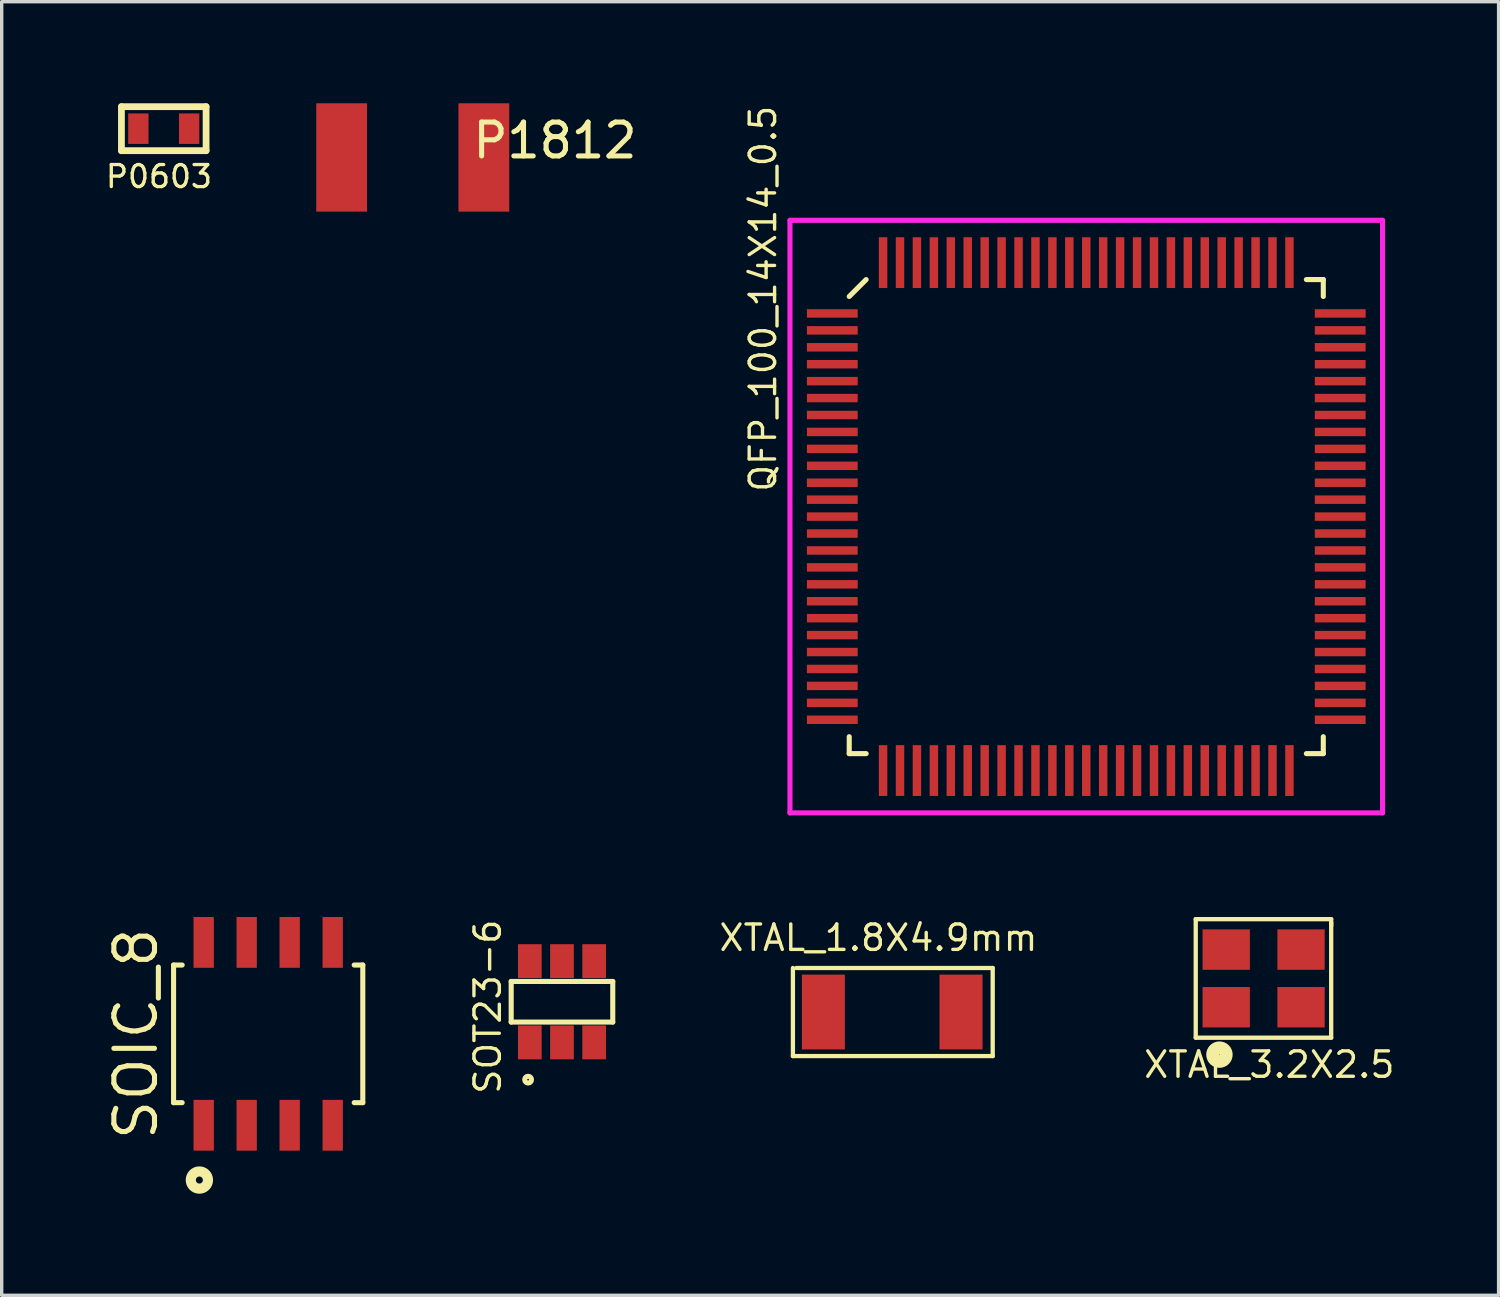
<source format=kicad_pcb>
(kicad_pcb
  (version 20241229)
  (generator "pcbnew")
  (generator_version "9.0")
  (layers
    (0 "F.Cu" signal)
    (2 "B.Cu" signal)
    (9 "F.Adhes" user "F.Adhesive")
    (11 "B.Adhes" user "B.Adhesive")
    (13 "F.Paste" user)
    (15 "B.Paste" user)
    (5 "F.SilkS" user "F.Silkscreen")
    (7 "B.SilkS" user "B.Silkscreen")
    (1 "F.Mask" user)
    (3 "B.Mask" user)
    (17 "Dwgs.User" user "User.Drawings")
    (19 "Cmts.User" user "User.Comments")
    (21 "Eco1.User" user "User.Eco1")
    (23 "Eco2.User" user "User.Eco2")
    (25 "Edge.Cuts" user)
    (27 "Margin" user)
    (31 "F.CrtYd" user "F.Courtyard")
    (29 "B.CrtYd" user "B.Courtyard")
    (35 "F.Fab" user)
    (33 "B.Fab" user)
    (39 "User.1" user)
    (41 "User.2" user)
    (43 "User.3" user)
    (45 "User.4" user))
  (footprint "XTAL_3.2X2.5"
    (layer "F.Cu")
    (at 33.162 26.695)
    (property "Reference" "XTAL_3.2X2.5" (at 1.273 1.697 180) (layer "F.SilkS") (effects (font (size 0.75 0.75) (thickness 0.1))))
    (attr through_hole)
    (fp_line (start -0.9 -2.6) (end 3.1 -2.6) (stroke (width 0.127) (type solid)) (layer "F.SilkS"))
    (fp_line (start -0.9 0.9) (end -0.9 -2.6) (stroke (width 0.127) (type solid)) (layer "F.SilkS"))
    (fp_line (start 3.1 -2.6) (end 3.1 -2.4) (stroke (width 0.127) (type solid)) (layer "F.SilkS"))
    (fp_line (start 3.1 -2.5) (end 3.1 0.9) (stroke (width 0.127) (type solid)) (layer "F.SilkS"))
    (fp_line (start 3.1 0.9) (end -0.9 0.9) (stroke (width 0.127) (type solid)) (layer "F.SilkS"))
    (fp_circle (center -0.2 1.4) (end 0 1.4) (stroke (width 0.381) (type solid)) (fill no) (layer "F.SilkS"))
    (pad "1" smd rect (at 0 0) (size 1.397 1.194) (layers "F.Cu" "F.Mask" "F.Paste"))
    (pad "2" smd rect (at 2.21 0) (size 1.397 1.194) (layers "F.Cu" "F.Mask" "F.Paste"))
    (pad "3" smd rect (at 2.21 -1.702) (size 1.397 1.194) (layers "F.Cu" "F.Mask" "F.Paste"))
    (pad "4" smd rect (at 0 -1.702) (size 1.397 1.194) (layers "F.Cu" "F.Mask" "F.Paste")))
  (footprint "P0603"
    (layer "F.Cu")
    (at 1.786 0.75)
    (property "Reference" "P0603" (at -0.141 1.414 0) (layer "F.SilkS") (effects (font (size 0.65 0.65) (thickness 0.098))))
    (attr smd)
    (fp_line (start -1.25 -0.65) (end 1.25 -0.65) (stroke (width 0.2) (type solid)) (layer "F.SilkS"))
    (fp_line (start -1.25 0.65) (end -1.25 -0.65) (stroke (width 0.2) (type solid)) (layer "F.SilkS"))
    (fp_line (start 1.25 -0.65) (end 1.25 0.65) (stroke (width 0.2) (type solid)) (layer "F.SilkS"))
    (fp_line (start 1.25 0.65) (end -1.25 0.65) (stroke (width 0.2) (type solid)) (layer "F.SilkS"))
    (pad "1" smd rect (at -0.75 0) (size 0.6 0.9) (layers "F.Cu" "F.Mask" "F.Paste"))
    (pad "2" smd rect (at 0.75 0) (size 0.6 0.9) (layers "F.Cu" "F.Mask" "F.Paste")))
  (footprint "SOT23-6"
    (layer "F.Cu")
    (at 13.546 25.334)
    (property "Reference" "SOT23-6" (at -2.192 1.344 90) (layer "F.SilkS") (effects (font (size 0.75 0.75) (thickness 0.1))))
    (attr through_hole)
    (fp_line (start -1.5 0.6) (end 1.5 0.6) (stroke (width 0.15) (type solid)) (layer "F.SilkS"))
    (fp_line (start -1.5 1.8) (end -1.5 0.6) (stroke (width 0.15) (type solid)) (layer "F.SilkS"))
    (fp_line (start 1.5 0.6) (end 1.5 1.8) (stroke (width 0.15) (type solid)) (layer "F.SilkS"))
    (fp_line (start 1.5 1.8) (end -1.5 1.8) (stroke (width 0.15) (type solid)) (layer "F.SilkS"))
    (fp_circle (center -1 3.5) (end -0.9 3.5) (stroke (width 0.15) (type solid)) (fill no) (layer "F.SilkS"))
    (pad "1" smd rect (at -0.95 2.4) (size 0.7 1) (layers "F.Cu" "F.Mask" "F.Paste"))
    (pad "2" smd rect (at 0 2.4) (size 0.7 1) (layers "F.Cu" "F.Mask" "F.Paste"))
    (pad "3" smd rect (at 0.95 2.4) (size 0.7 1) (layers "F.Cu" "F.Mask" "F.Paste"))
    (pad "4" smd rect (at 0.95 0) (size 0.7 1) (layers "F.Cu" "F.Mask" "F.Paste"))
    (pad "5" smd rect (at 0 0) (size 0.7 1) (layers "F.Cu" "F.Mask" "F.Paste"))
    (pad "6" smd rect (at -0.95 0) (size 0.7 1) (layers "F.Cu" "F.Mask" "F.Paste")))
  (footprint "QFP_100_14X14_0.5"
    (layer "F.Cu")
    (at 29.029 12.206)
    (property "Reference" "QFP_100_14X14_0.5" (at -9.546 -6.435 270) (layer "F.SilkS") (effects (font (size 0.75 0.75) (thickness 0.1))))
    (attr through_hole)
    (fp_line (start -7 -6.5) (end -6.5 -7) (stroke (width 0.15) (type solid)) (layer "F.SilkS"))
    (fp_line (start -7 7) (end -7 6.5) (stroke (width 0.15) (type solid)) (layer "F.SilkS"))
    (fp_line (start -6.5 7) (end -7 7) (stroke (width 0.15) (type solid)) (layer "F.SilkS"))
    (fp_line (start 6.5 -7) (end 7 -7) (stroke (width 0.15) (type solid)) (layer "F.SilkS"))
    (fp_line (start 6.5 7) (end 7 7) (stroke (width 0.15) (type solid)) (layer "F.SilkS"))
    (fp_line (start 7 -7) (end 7 -6.5) (stroke (width 0.15) (type solid)) (layer "F.SilkS"))
    (fp_line (start 7 7) (end 7 6.5) (stroke (width 0.15) (type solid)) (layer "F.SilkS"))
    (fp_line (start -8.75 -8.75) (end 8.75 -8.75) (stroke (width 0.15) (type solid)) (layer "F.CrtYd"))
    (fp_line (start -8.75 8.75) (end -8.75 -8.75) (stroke (width 0.15) (type solid)) (layer "F.CrtYd"))
    (fp_line (start 8.75 -8.75) (end 8.75 8.75) (stroke (width 0.15) (type solid)) (layer "F.CrtYd"))
    (fp_line (start 8.75 8.75) (end -8.75 8.75) (stroke (width 0.15) (type solid)) (layer "F.CrtYd"))
    (pad "1" smd rect (at -7.5 -6 90) (size 0.25 1.5) (layers "F.Cu" "F.Mask" "F.Paste"))
    (pad "2" smd rect (at -7.5 -5.5 90) (size 0.25 1.5) (layers "F.Cu" "F.Mask" "F.Paste"))
    (pad "3" smd rect (at -7.5 -5 90) (size 0.25 1.5) (layers "F.Cu" "F.Mask" "F.Paste"))
    (pad "4" smd rect (at -7.5 -4.5 90) (size 0.25 1.5) (layers "F.Cu" "F.Mask" "F.Paste"))
    (pad "5" smd rect (at -7.5 -4 90) (size 0.25 1.5) (layers "F.Cu" "F.Mask" "F.Paste"))
    (pad "6" smd rect (at -7.5 -3.5 90) (size 0.25 1.5) (layers "F.Cu" "F.Mask" "F.Paste"))
    (pad "7" smd rect (at -7.5 -3 90) (size 0.25 1.5) (layers "F.Cu" "F.Mask" "F.Paste"))
    (pad "8" smd rect (at -7.5 -2.5 90) (size 0.25 1.5) (layers "F.Cu" "F.Mask" "F.Paste"))
    (pad "9" smd rect (at -7.5 -2 90) (size 0.25 1.5) (layers "F.Cu" "F.Mask" "F.Paste"))
    (pad "10" smd rect (at -7.5 -1.5 90) (size 0.25 1.5) (layers "F.Cu" "F.Mask" "F.Paste"))
    (pad "11" smd rect (at -7.5 -1 90) (size 0.25 1.5) (layers "F.Cu" "F.Mask" "F.Paste"))
    (pad "12" smd rect (at -7.5 -0.5 90) (size 0.25 1.5) (layers "F.Cu" "F.Mask" "F.Paste"))
    (pad "13" smd rect (at -7.5 0 90) (size 0.25 1.5) (layers "F.Cu" "F.Mask" "F.Paste"))
    (pad "14" smd rect (at -7.5 0.5 90) (size 0.25 1.5) (layers "F.Cu" "F.Mask" "F.Paste"))
    (pad "15" smd rect (at -7.5 1 90) (size 0.25 1.5) (layers "F.Cu" "F.Mask" "F.Paste"))
    (pad "16" smd rect (at -7.5 1.5 90) (size 0.25 1.5) (layers "F.Cu" "F.Mask" "F.Paste"))
    (pad "17" smd rect (at -7.5 2 90) (size 0.25 1.5) (layers "F.Cu" "F.Mask" "F.Paste"))
    (pad "18" smd rect (at -7.5 2.5 90) (size 0.25 1.5) (layers "F.Cu" "F.Mask" "F.Paste"))
    (pad "19" smd rect (at -7.5 3 90) (size 0.25 1.5) (layers "F.Cu" "F.Mask" "F.Paste"))
    (pad "20" smd rect (at -7.5 3.5 90) (size 0.25 1.5) (layers "F.Cu" "F.Mask" "F.Paste"))
    (pad "21" smd rect (at -7.5 4 90) (size 0.25 1.5) (layers "F.Cu" "F.Mask" "F.Paste"))
    (pad "22" smd rect (at -7.5 4.5 90) (size 0.25 1.5) (layers "F.Cu" "F.Mask" "F.Paste"))
    (pad "23" smd rect (at -7.5 5 90) (size 0.25 1.5) (layers "F.Cu" "F.Mask" "F.Paste"))
    (pad "24" smd rect (at -7.5 5.5 90) (size 0.25 1.5) (layers "F.Cu" "F.Mask" "F.Paste"))
    (pad "25" smd rect (at -7.5 6 90) (size 0.25 1.5) (layers "F.Cu" "F.Mask" "F.Paste"))
    (pad "26" smd rect (at -6 7.5) (size 0.25 1.5) (layers "F.Cu" "F.Mask" "F.Paste"))
    (pad "27" smd rect (at -5.5 7.5) (size 0.25 1.5) (layers "F.Cu" "F.Mask" "F.Paste"))
    (pad "28" smd rect (at -5 7.5) (size 0.25 1.5) (layers "F.Cu" "F.Mask" "F.Paste"))
    (pad "29" smd rect (at -4.5 7.5) (size 0.25 1.5) (layers "F.Cu" "F.Mask" "F.Paste"))
    (pad "30" smd rect (at -4 7.5) (size 0.25 1.5) (layers "F.Cu" "F.Mask" "F.Paste"))
    (pad "31" smd rect (at -3.5 7.5) (size 0.25 1.5) (layers "F.Cu" "F.Mask" "F.Paste"))
    (pad "32" smd rect (at -3 7.5) (size 0.25 1.5) (layers "F.Cu" "F.Mask" "F.Paste"))
    (pad "33" smd rect (at -2.5 7.5) (size 0.25 1.5) (layers "F.Cu" "F.Mask" "F.Paste"))
    (pad "34" smd rect (at -2 7.5) (size 0.25 1.5) (layers "F.Cu" "F.Mask" "F.Paste"))
    (pad "35" smd rect (at -1.5 7.5) (size 0.25 1.5) (layers "F.Cu" "F.Mask" "F.Paste"))
    (pad "36" smd rect (at -1 7.5) (size 0.25 1.5) (layers "F.Cu" "F.Mask" "F.Paste"))
    (pad "37" smd rect (at -0.5 7.5) (size 0.25 1.5) (layers "F.Cu" "F.Mask" "F.Paste"))
    (pad "38" smd rect (at 0 7.5) (size 0.25 1.5) (layers "F.Cu" "F.Mask" "F.Paste"))
    (pad "39" smd rect (at 0.5 7.5) (size 0.25 1.5) (layers "F.Cu" "F.Mask" "F.Paste"))
    (pad "40" smd rect (at 1 7.5) (size 0.25 1.5) (layers "F.Cu" "F.Mask" "F.Paste"))
    (pad "41" smd rect (at 1.5 7.5) (size 0.25 1.5) (layers "F.Cu" "F.Mask" "F.Paste"))
    (pad "42" smd rect (at 2 7.5) (size 0.25 1.5) (layers "F.Cu" "F.Mask" "F.Paste"))
    (pad "43" smd rect (at 2.5 7.5) (size 0.25 1.5) (layers "F.Cu" "F.Mask" "F.Paste"))
    (pad "44" smd rect (at 3 7.5) (size 0.25 1.5) (layers "F.Cu" "F.Mask" "F.Paste"))
    (pad "45" smd rect (at 3.5 7.5) (size 0.25 1.5) (layers "F.Cu" "F.Mask" "F.Paste"))
    (pad "46" smd rect (at 4 7.5) (size 0.25 1.5) (layers "F.Cu" "F.Mask" "F.Paste"))
    (pad "47" smd rect (at 4.5 7.5) (size 0.25 1.5) (layers "F.Cu" "F.Mask" "F.Paste"))
    (pad "48" smd rect (at 5 7.5) (size 0.25 1.5) (layers "F.Cu" "F.Mask" "F.Paste"))
    (pad "49" smd rect (at 5.5 7.5) (size 0.25 1.5) (layers "F.Cu" "F.Mask" "F.Paste"))
    (pad "50" smd rect (at 6 7.5) (size 0.25 1.5) (layers "F.Cu" "F.Mask" "F.Paste"))
    (pad "51" smd rect (at 7.5 6 90) (size 0.25 1.5) (layers "F.Cu" "F.Mask" "F.Paste"))
    (pad "52" smd rect (at 7.5 5.5 90) (size 0.25 1.5) (layers "F.Cu" "F.Mask" "F.Paste"))
    (pad "53" smd rect (at 7.5 5 90) (size 0.25 1.5) (layers "F.Cu" "F.Mask" "F.Paste"))
    (pad "54" smd rect (at 7.5 4.5 90) (size 0.25 1.5) (layers "F.Cu" "F.Mask" "F.Paste"))
    (pad "55" smd rect (at 7.5 4 90) (size 0.25 1.5) (layers "F.Cu" "F.Mask" "F.Paste"))
    (pad "56" smd rect (at 7.5 3.5 90) (size 0.25 1.5) (layers "F.Cu" "F.Mask" "F.Paste"))
    (pad "57" smd rect (at 7.5 3 90) (size 0.25 1.5) (layers "F.Cu" "F.Mask" "F.Paste"))
    (pad "58" smd rect (at 7.5 2.5 90) (size 0.25 1.5) (layers "F.Cu" "F.Mask" "F.Paste"))
    (pad "59" smd rect (at 7.5 2 90) (size 0.25 1.5) (layers "F.Cu" "F.Mask" "F.Paste"))
    (pad "60" smd rect (at 7.5 1.5 90) (size 0.25 1.5) (layers "F.Cu" "F.Mask" "F.Paste"))
    (pad "61" smd rect (at 7.5 1 90) (size 0.25 1.5) (layers "F.Cu" "F.Mask" "F.Paste"))
    (pad "62" smd rect (at 7.5 0.5 90) (size 0.25 1.5) (layers "F.Cu" "F.Mask" "F.Paste"))
    (pad "63" smd rect (at 7.5 0 90) (size 0.25 1.5) (layers "F.Cu" "F.Mask" "F.Paste"))
    (pad "64" smd rect (at 7.5 -0.5 90) (size 0.25 1.5) (layers "F.Cu" "F.Mask" "F.Paste"))
    (pad "65" smd rect (at 7.5 -1 90) (size 0.25 1.5) (layers "F.Cu" "F.Mask" "F.Paste"))
    (pad "66" smd rect (at 7.5 -1.5 90) (size 0.25 1.5) (layers "F.Cu" "F.Mask" "F.Paste"))
    (pad "67" smd rect (at 7.5 -2 90) (size 0.25 1.5) (layers "F.Cu" "F.Mask" "F.Paste"))
    (pad "68" smd rect (at 7.5 -2.5 90) (size 0.25 1.5) (layers "F.Cu" "F.Mask" "F.Paste"))
    (pad "69" smd rect (at 7.5 -3 90) (size 0.25 1.5) (layers "F.Cu" "F.Mask" "F.Paste"))
    (pad "70" smd rect (at 7.5 -3.5 90) (size 0.25 1.5) (layers "F.Cu" "F.Mask" "F.Paste"))
    (pad "71" smd rect (at 7.5 -4 90) (size 0.25 1.5) (layers "F.Cu" "F.Mask" "F.Paste"))
    (pad "72" smd rect (at 7.5 -4.5 90) (size 0.25 1.5) (layers "F.Cu" "F.Mask" "F.Paste"))
    (pad "73" smd rect (at 7.5 -5 90) (size 0.25 1.5) (layers "F.Cu" "F.Mask" "F.Paste"))
    (pad "74" smd rect (at 7.5 -5.5 90) (size 0.25 1.5) (layers "F.Cu" "F.Mask" "F.Paste"))
    (pad "75" smd rect (at 7.5 -6 90) (size 0.25 1.5) (layers "F.Cu" "F.Mask" "F.Paste"))
    (pad "76" smd rect (at 6 -7.5) (size 0.25 1.5) (layers "F.Cu" "F.Mask" "F.Paste"))
    (pad "77" smd rect (at 5.5 -7.5) (size 0.25 1.5) (layers "F.Cu" "F.Mask" "F.Paste"))
    (pad "78" smd rect (at 5 -7.5) (size 0.25 1.5) (layers "F.Cu" "F.Mask" "F.Paste"))
    (pad "79" smd rect (at 4.5 -7.5) (size 0.25 1.5) (layers "F.Cu" "F.Mask" "F.Paste"))
    (pad "80" smd rect (at 4 -7.5) (size 0.25 1.5) (layers "F.Cu" "F.Mask" "F.Paste"))
    (pad "81" smd rect (at 3.5 -7.5) (size 0.25 1.5) (layers "F.Cu" "F.Mask" "F.Paste"))
    (pad "82" smd rect (at 3 -7.5) (size 0.25 1.5) (layers "F.Cu" "F.Mask" "F.Paste"))
    (pad "83" smd rect (at 2.5 -7.5) (size 0.25 1.5) (layers "F.Cu" "F.Mask" "F.Paste"))
    (pad "84" smd rect (at 2 -7.5) (size 0.25 1.5) (layers "F.Cu" "F.Mask" "F.Paste"))
    (pad "85" smd rect (at 1.5 -7.5) (size 0.25 1.5) (layers "F.Cu" "F.Mask" "F.Paste"))
    (pad "86" smd rect (at 1 -7.5) (size 0.25 1.5) (layers "F.Cu" "F.Mask" "F.Paste"))
    (pad "87" smd rect (at 0.5 -7.5) (size 0.25 1.5) (layers "F.Cu" "F.Mask" "F.Paste"))
    (pad "88" smd rect (at 0 -7.5) (size 0.25 1.5) (layers "F.Cu" "F.Mask" "F.Paste"))
    (pad "89" smd rect (at -0.5 -7.5) (size 0.25 1.5) (layers "F.Cu" "F.Mask" "F.Paste"))
    (pad "90" smd rect (at -1 -7.5) (size 0.25 1.5) (layers "F.Cu" "F.Mask" "F.Paste"))
    (pad "91" smd rect (at -1.5 -7.5) (size 0.25 1.5) (layers "F.Cu" "F.Mask" "F.Paste"))
    (pad "92" smd rect (at -2 -7.5) (size 0.25 1.5) (layers "F.Cu" "F.Mask" "F.Paste"))
    (pad "93" smd rect (at -2.5 -7.5) (size 0.25 1.5) (layers "F.Cu" "F.Mask" "F.Paste"))
    (pad "94" smd rect (at -3 -7.5) (size 0.25 1.5) (layers "F.Cu" "F.Mask" "F.Paste"))
    (pad "95" smd rect (at -3.5 -7.5) (size 0.25 1.5) (layers "F.Cu" "F.Mask" "F.Paste"))
    (pad "96" smd rect (at -4 -7.5) (size 0.25 1.5) (layers "F.Cu" "F.Mask" "F.Paste"))
    (pad "97" smd rect (at -4.5 -7.5) (size 0.25 1.5) (layers "F.Cu" "F.Mask" "F.Paste"))
    (pad "98" smd rect (at -5 -7.5) (size 0.25 1.5) (layers "F.Cu" "F.Mask" "F.Paste"))
    (pad "99" smd rect (at -5.5 -7.5) (size 0.25 1.5) (layers "F.Cu" "F.Mask" "F.Paste"))
    (pad "100" smd rect (at -6 -7.5) (size 0.25 1.5) (layers "F.Cu" "F.Mask" "F.Paste")))
  (footprint "P1812"
    (layer "F.Cu")
    (at 9.139 1.6)
    (property "Reference" "P1812" (at 4.2 -0.5 0) (layer "F.SilkS") (effects (font (size 1 1) (thickness 0.15))))
    (attr through_hole)
    (pad "1" smd rect (at -2.1 0) (size 1.5 3.2) (layers "F.Cu" "F.Mask" "F.Paste"))
    (pad "2" smd rect (at 2.1 0) (size 1.5 3.2) (layers "F.Cu" "F.Mask" "F.Paste")))
  (footprint "SOIC_8"
    (layer "F.Cu")
    (at 4.87 27.481)
    (property "Reference" "SOIC_8" (at -3.905 0 90) (layer "F.SilkS") (effects (font (size 1.2 1.2) (thickness 0.15))))
    (attr through_hole)
    (fp_line (start -2.794 -2.032) (end -2.794 2.032) (stroke (width 0.15) (type solid)) (layer "F.SilkS"))
    (fp_line (start -2.794 2.032) (end -2.54 2.032) (stroke (width 0.15) (type solid)) (layer "F.SilkS"))
    (fp_line (start -2.54 -2.032) (end -2.794 -2.032) (stroke (width 0.15) (type solid)) (layer "F.SilkS"))
    (fp_line (start 2.54 -2.032) (end 2.794 -2.032) (stroke (width 0.15) (type solid)) (layer "F.SilkS"))
    (fp_line (start 2.794 -2.032) (end 2.794 2.032) (stroke (width 0.15) (type solid)) (layer "F.SilkS"))
    (fp_line (start 2.794 2.032) (end 2.54 2.032) (stroke (width 0.15) (type solid)) (layer "F.SilkS"))
    (fp_circle (center -2.032 4.318) (end -1.778 4.318) (stroke (width 0.3) (type solid)) (fill no) (layer "F.SilkS"))
    (pad "1" smd rect (at -1.905 2.7) (size 0.6 1.5) (layers "F.Cu" "F.Mask" "F.Paste"))
    (pad "2" smd rect (at -0.635 2.7) (size 0.6 1.5) (layers "F.Cu" "F.Mask" "F.Paste"))
    (pad "3" smd rect (at 0.635 2.7) (size 0.6 1.5) (layers "F.Cu" "F.Mask" "F.Paste"))
    (pad "4" smd rect (at 1.905 2.7) (size 0.6 1.5) (layers "F.Cu" "F.Mask" "F.Paste"))
    (pad "5" smd rect (at 1.905 -2.7) (size 0.6 1.5) (layers "F.Cu" "F.Mask" "F.Paste"))
    (pad "6" smd rect (at 0.635 -2.7) (size 0.6 1.5) (layers "F.Cu" "F.Mask" "F.Paste"))
    (pad "7" smd rect (at -0.635 -2.7) (size 0.6 1.5) (layers "F.Cu" "F.Mask" "F.Paste"))
    (pad "8" smd rect (at -1.905 -2.7) (size 0.6 1.5) (layers "F.Cu" "F.Mask" "F.Paste")))
  (footprint "XTAL_1.8X4.9mm"
    (layer "F.Cu")
    (at 21.266 26.837)
    (property "Reference" "XTAL_1.8X4.9mm" (at 1.626 -2.192 180) (layer "F.SilkS") (effects (font (size 0.75 0.75) (thickness 0.1))))
    (attr through_hole)
    (fp_line (start -0.9 1.3) (end -0.9 -1.3) (stroke (width 0.127) (type solid)) (layer "F.SilkS"))
    (fp_line (start -0.8 -1.3) (end 5 -1.3) (stroke (width 0.127) (type solid)) (layer "F.SilkS"))
    (fp_line (start 5 -1.3) (end 5 1.3) (stroke (width 0.127) (type solid)) (layer "F.SilkS"))
    (fp_line (start 5 1.3) (end -0.9 1.3) (stroke (width 0.127) (type solid)) (layer "F.SilkS"))
    (pad "1" smd rect (at 0 0) (size 1.27 2.21) (layers "F.Cu" "F.Mask" "F.Paste"))
    (pad "2" smd rect (at 4.064 0) (size 1.27 2.21) (layers "F.Cu" "F.Mask" "F.Paste")))
  (gr_rect
    (start -3 -3)
    (end 41.206 35.203)
    (stroke (width 0.1) (type default))
    (fill no)
    (layer "Edge.Cuts")))
</source>
